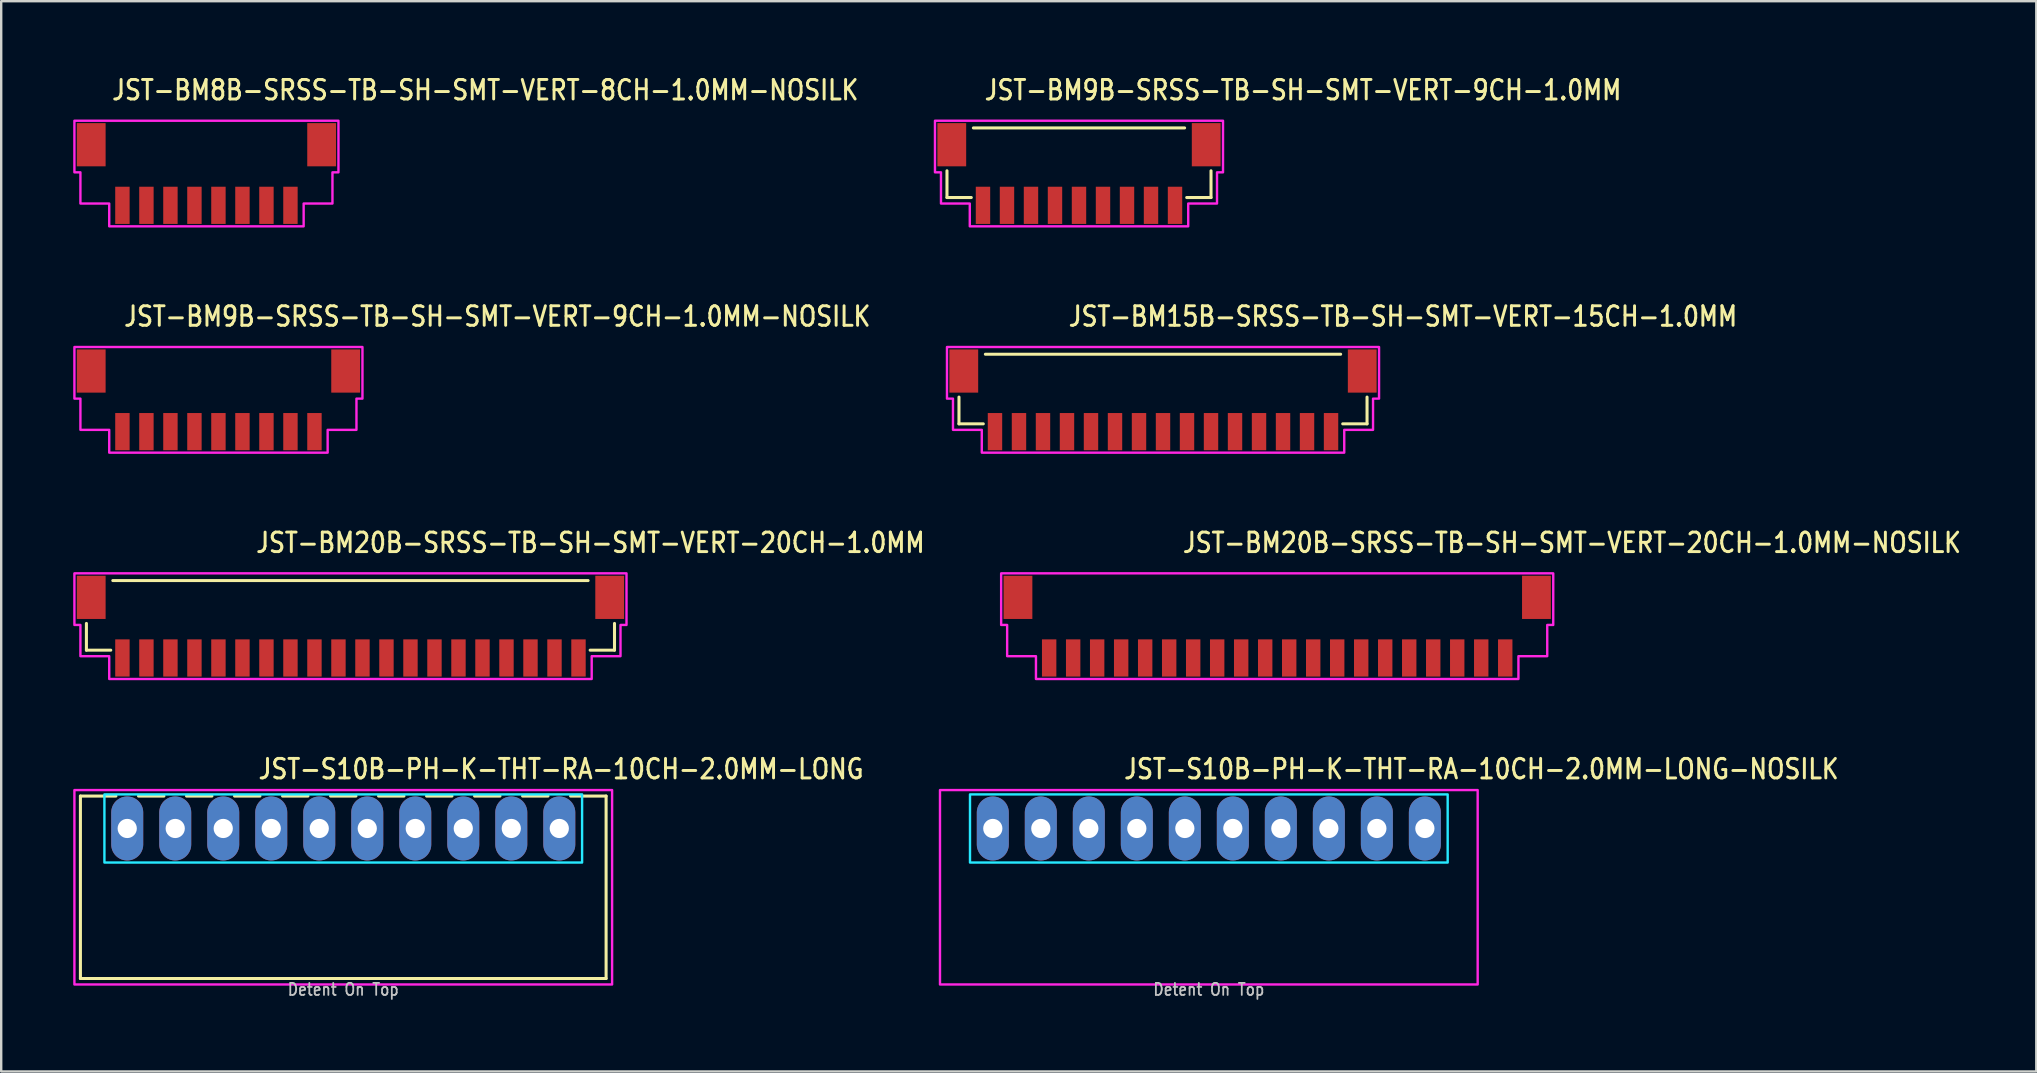
<source format=kicad_pcb>
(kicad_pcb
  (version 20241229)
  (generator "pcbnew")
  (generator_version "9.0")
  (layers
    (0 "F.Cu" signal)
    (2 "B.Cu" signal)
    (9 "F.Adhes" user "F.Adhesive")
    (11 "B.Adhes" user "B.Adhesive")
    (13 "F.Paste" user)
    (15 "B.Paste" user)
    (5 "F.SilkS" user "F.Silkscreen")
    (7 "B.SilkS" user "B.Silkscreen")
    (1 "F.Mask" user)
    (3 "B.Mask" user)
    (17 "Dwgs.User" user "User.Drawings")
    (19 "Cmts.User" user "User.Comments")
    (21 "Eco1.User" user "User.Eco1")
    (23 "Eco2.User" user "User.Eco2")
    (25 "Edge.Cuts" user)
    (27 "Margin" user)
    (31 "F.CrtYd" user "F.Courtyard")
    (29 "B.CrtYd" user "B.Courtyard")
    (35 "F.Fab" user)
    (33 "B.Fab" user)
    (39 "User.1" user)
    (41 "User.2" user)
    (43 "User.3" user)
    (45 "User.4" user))
  (footprint "JST-BM15B-SRSS-TB-SH-SMT-VERT-15CH-1.0MM"
    (layer "F.Cu")
    (at 45.401 13.607)
    (property "Reference" "JST-BM15B-SRSS-TB-SH-SMT-VERT-15CH-1.0MM" (at -4 -3 0) (unlocked yes) (layer "F.SilkS") (effects (font (size 0.813 0.695) (thickness 0.122)) (justify left bottom)))
    (fp_line (start -8.5 -0.114) (end -8.5 1) (stroke (width 0.127) (type solid)) (layer "F.SilkS"))
    (fp_line (start -8.5 1) (end -7.487 1) (stroke (width 0.127) (type solid)) (layer "F.SilkS"))
    (fp_line (start -7.4 -1.9) (end 7.4 -1.9) (stroke (width 0.127) (type solid)) (layer "F.SilkS"))
    (fp_line (start 7.487 1) (end 8.5 1) (stroke (width 0.127) (type solid)) (layer "F.SilkS"))
    (fp_line (start 8.5 1) (end 8.5 -0.114) (stroke (width 0.127) (type solid)) (layer "F.SilkS"))
    (fp_poly (pts (xy -9 -2.2) (xy -9 -0.05) (xy -8.75 -0.05) (xy -8.75 1.25) (xy -7.55 1.25) (xy -7.55 2.2) (xy 7.55 2.2) (xy 7.55 1.25) (xy 8.75 1.25) (xy 8.75 -0.05) (xy 9 -0.05) (xy 9 -2.2)) (stroke (width 0.1) (type solid)) (fill no) (layer "F.CrtYd"))
    (pad "1" smd rect (at -7 1.325) (size 0.6 1.55) (layers "F.Cu" "F.Mask" "F.Paste"))
    (pad "2" smd rect (at -6 1.325) (size 0.6 1.55) (layers "F.Cu" "F.Mask" "F.Paste"))
    (pad "3" smd rect (at -5 1.325) (size 0.6 1.55) (layers "F.Cu" "F.Mask" "F.Paste"))
    (pad "4" smd rect (at -4 1.325) (size 0.6 1.55) (layers "F.Cu" "F.Mask" "F.Paste"))
    (pad "5" smd rect (at -3 1.325) (size 0.6 1.55) (layers "F.Cu" "F.Mask" "F.Paste"))
    (pad "6" smd rect (at -2 1.325) (size 0.6 1.55) (layers "F.Cu" "F.Mask" "F.Paste"))
    (pad "7" smd rect (at -1 1.325) (size 0.6 1.55) (layers "F.Cu" "F.Mask" "F.Paste"))
    (pad "8" smd rect (at 0 1.325) (size 0.6 1.55) (layers "F.Cu" "F.Mask" "F.Paste"))
    (pad "9" smd rect (at 1 1.325) (size 0.6 1.55) (layers "F.Cu" "F.Mask" "F.Paste"))
    (pad "10" smd rect (at 2 1.325) (size 0.6 1.55) (layers "F.Cu" "F.Mask" "F.Paste"))
    (pad "11" smd rect (at 3 1.325) (size 0.6 1.55) (layers "F.Cu" "F.Mask" "F.Paste"))
    (pad "12" smd rect (at 4 1.325) (size 0.6 1.55) (layers "F.Cu" "F.Mask" "F.Paste"))
    (pad "13" smd rect (at 5 1.325) (size 0.6 1.55) (layers "F.Cu" "F.Mask" "F.Paste"))
    (pad "14" smd rect (at 6 1.325) (size 0.6 1.55) (layers "F.Cu" "F.Mask" "F.Paste"))
    (pad "15" smd rect (at 7 1.325) (size 0.6 1.55) (layers "F.Cu" "F.Mask" "F.Paste"))
    (pad "S_15" smd rect (at 8.3 -1.2) (size 1.2 1.8) (layers "F.Cu" "F.Mask" "F.Paste"))
    (pad "S_16" smd rect (at -8.3 -1.2) (size 1.2 1.8) (layers "F.Cu" "F.Mask" "F.Paste")))
  (footprint "JST-BM20B-SRSS-TB-SH-SMT-VERT-20CH-1.0MM-NOSILK"
    (layer "F.Cu")
    (at 50.158 23.036)
    (property "Reference" "JST-BM20B-SRSS-TB-SH-SMT-VERT-20CH-1.0MM-NOSILK" (at -4 -3 0) (unlocked yes) (layer "F.SilkS") (effects (font (size 0.813 0.695) (thickness 0.122)) (justify left bottom)))
    (fp_poly (pts (xy -11.5 -2.2) (xy -11.5 -0.05) (xy -11.25 -0.05) (xy -11.25 1.25) (xy -10.05 1.25) (xy -10.05 2.2) (xy 10.05 2.2) (xy 10.05 1.25) (xy 11.25 1.25) (xy 11.25 -0.05) (xy 11.5 -0.05) (xy 11.5 -2.2)) (stroke (width 0.1) (type solid)) (fill no) (layer "F.CrtYd"))
    (pad "1" smd rect (at -9.5 1.325) (size 0.6 1.55) (layers "F.Cu" "F.Mask" "F.Paste"))
    (pad "2" smd rect (at -8.5 1.325) (size 0.6 1.55) (layers "F.Cu" "F.Mask" "F.Paste"))
    (pad "3" smd rect (at -7.5 1.325) (size 0.6 1.55) (layers "F.Cu" "F.Mask" "F.Paste"))
    (pad "4" smd rect (at -6.5 1.325) (size 0.6 1.55) (layers "F.Cu" "F.Mask" "F.Paste"))
    (pad "5" smd rect (at -5.5 1.325) (size 0.6 1.55) (layers "F.Cu" "F.Mask" "F.Paste"))
    (pad "6" smd rect (at -4.5 1.325) (size 0.6 1.55) (layers "F.Cu" "F.Mask" "F.Paste"))
    (pad "7" smd rect (at -3.5 1.325) (size 0.6 1.55) (layers "F.Cu" "F.Mask" "F.Paste"))
    (pad "8" smd rect (at -2.5 1.325) (size 0.6 1.55) (layers "F.Cu" "F.Mask" "F.Paste"))
    (pad "9" smd rect (at -1.5 1.325) (size 0.6 1.55) (layers "F.Cu" "F.Mask" "F.Paste"))
    (pad "10" smd rect (at -0.5 1.325) (size 0.6 1.55) (layers "F.Cu" "F.Mask" "F.Paste"))
    (pad "11" smd rect (at 0.5 1.325) (size 0.6 1.55) (layers "F.Cu" "F.Mask" "F.Paste"))
    (pad "12" smd rect (at 1.5 1.325) (size 0.6 1.55) (layers "F.Cu" "F.Mask" "F.Paste"))
    (pad "13" smd rect (at 2.5 1.325) (size 0.6 1.55) (layers "F.Cu" "F.Mask" "F.Paste"))
    (pad "14" smd rect (at 3.5 1.325) (size 0.6 1.55) (layers "F.Cu" "F.Mask" "F.Paste"))
    (pad "15" smd rect (at 4.5 1.325) (size 0.6 1.55) (layers "F.Cu" "F.Mask" "F.Paste"))
    (pad "16" smd rect (at 5.5 1.325) (size 0.6 1.55) (layers "F.Cu" "F.Mask" "F.Paste"))
    (pad "17" smd rect (at 6.5 1.325) (size 0.6 1.55) (layers "F.Cu" "F.Mask" "F.Paste"))
    (pad "18" smd rect (at 7.5 1.325) (size 0.6 1.55) (layers "F.Cu" "F.Mask" "F.Paste"))
    (pad "19" smd rect (at 8.5 1.325) (size 0.6 1.55) (layers "F.Cu" "F.Mask" "F.Paste"))
    (pad "20" smd rect (at 9.5 1.325) (size 0.6 1.55) (layers "F.Cu" "F.Mask" "F.Paste"))
    (pad "S_20" smd rect (at 10.8 -1.2) (size 1.2 1.8) (layers "F.Cu" "F.Mask" "F.Paste"))
    (pad "S_21" smd rect (at -10.8 -1.2) (size 1.2 1.8) (layers "F.Cu" "F.Mask" "F.Paste")))
  (footprint "JST-BM9B-SRSS-TB-SH-SMT-VERT-9CH-1.0MM-NOSILK"
    (layer "F.Cu")
    (at 6.05 13.607)
    (property "Reference" "JST-BM9B-SRSS-TB-SH-SMT-VERT-9CH-1.0MM-NOSILK" (at -4 -3 0) (unlocked yes) (layer "F.SilkS") (effects (font (size 0.813 0.695) (thickness 0.122)) (justify left bottom)))
    (fp_poly (pts (xy -6 -2.2) (xy -6 -0.05) (xy -5.75 -0.05) (xy -5.75 1.25) (xy -4.55 1.25) (xy -4.55 2.2) (xy 4.55 2.2) (xy 4.55 1.25) (xy 5.75 1.25) (xy 5.75 -0.05) (xy 6 -0.05) (xy 6 -2.2)) (stroke (width 0.1) (type solid)) (fill no) (layer "F.CrtYd"))
    (pad "P$1" smd rect (at -4 1.325) (size 0.6 1.55) (layers "F.Cu" "F.Mask" "F.Paste"))
    (pad "P$2" smd rect (at -3 1.325) (size 0.6 1.55) (layers "F.Cu" "F.Mask" "F.Paste"))
    (pad "P$3" smd rect (at -2 1.325) (size 0.6 1.55) (layers "F.Cu" "F.Mask" "F.Paste"))
    (pad "P$4" smd rect (at -1 1.325) (size 0.6 1.55) (layers "F.Cu" "F.Mask" "F.Paste"))
    (pad "P$5" smd rect (at 0 1.325) (size 0.6 1.55) (layers "F.Cu" "F.Mask" "F.Paste"))
    (pad "P$6" smd rect (at 1 1.325) (size 0.6 1.55) (layers "F.Cu" "F.Mask" "F.Paste"))
    (pad "P$7" smd rect (at 2 1.325) (size 0.6 1.55) (layers "F.Cu" "F.Mask" "F.Paste"))
    (pad "P$8" smd rect (at 3 1.325) (size 0.6 1.55) (layers "F.Cu" "F.Mask" "F.Paste"))
    (pad "P$9" smd rect (at 4 1.325) (size 0.6 1.55) (layers "F.Cu" "F.Mask" "F.Paste"))
    (pad "S$9" smd rect (at 5.3 -1.2) (size 1.2 1.8) (layers "F.Cu" "F.Mask" "F.Paste"))
    (pad "S$10" smd rect (at -5.3 -1.2) (size 1.2 1.8) (layers "F.Cu" "F.Mask" "F.Paste")))
  (footprint "JST-BM20B-SRSS-TB-SH-SMT-VERT-20CH-1.0MM"
    (layer "F.Cu")
    (at 11.55 23.036)
    (property "Reference" "JST-BM20B-SRSS-TB-SH-SMT-VERT-20CH-1.0MM" (at -4 -3 0) (unlocked yes) (layer "F.SilkS") (effects (font (size 0.813 0.695) (thickness 0.122)) (justify left bottom)))
    (fp_line (start -11 -0.114) (end -11 1) (stroke (width 0.127) (type solid)) (layer "F.SilkS"))
    (fp_line (start -11 1) (end -9.986 1) (stroke (width 0.127) (type solid)) (layer "F.SilkS"))
    (fp_line (start -9.9 -1.9) (end 9.9 -1.9) (stroke (width 0.127) (type solid)) (layer "F.SilkS"))
    (fp_line (start 9.986 1) (end 11 1) (stroke (width 0.127) (type solid)) (layer "F.SilkS"))
    (fp_line (start 11 1) (end 11 -0.114) (stroke (width 0.127) (type solid)) (layer "F.SilkS"))
    (fp_poly (pts (xy -11.5 -2.2) (xy -11.5 -0.05) (xy -11.25 -0.05) (xy -11.25 1.25) (xy -10.05 1.25) (xy -10.05 2.2) (xy 10.05 2.2) (xy 10.05 1.25) (xy 11.25 1.25) (xy 11.25 -0.05) (xy 11.5 -0.05) (xy 11.5 -2.2)) (stroke (width 0.1) (type solid)) (fill no) (layer "F.CrtYd"))
    (pad "1" smd rect (at -9.5 1.325) (size 0.6 1.55) (layers "F.Cu" "F.Mask" "F.Paste"))
    (pad "2" smd rect (at -8.5 1.325) (size 0.6 1.55) (layers "F.Cu" "F.Mask" "F.Paste"))
    (pad "3" smd rect (at -7.5 1.325) (size 0.6 1.55) (layers "F.Cu" "F.Mask" "F.Paste"))
    (pad "4" smd rect (at -6.5 1.325) (size 0.6 1.55) (layers "F.Cu" "F.Mask" "F.Paste"))
    (pad "5" smd rect (at -5.5 1.325) (size 0.6 1.55) (layers "F.Cu" "F.Mask" "F.Paste"))
    (pad "6" smd rect (at -4.5 1.325) (size 0.6 1.55) (layers "F.Cu" "F.Mask" "F.Paste"))
    (pad "7" smd rect (at -3.5 1.325) (size 0.6 1.55) (layers "F.Cu" "F.Mask" "F.Paste"))
    (pad "8" smd rect (at -2.5 1.325) (size 0.6 1.55) (layers "F.Cu" "F.Mask" "F.Paste"))
    (pad "9" smd rect (at -1.5 1.325) (size 0.6 1.55) (layers "F.Cu" "F.Mask" "F.Paste"))
    (pad "10" smd rect (at -0.5 1.325) (size 0.6 1.55) (layers "F.Cu" "F.Mask" "F.Paste"))
    (pad "11" smd rect (at 0.5 1.325) (size 0.6 1.55) (layers "F.Cu" "F.Mask" "F.Paste"))
    (pad "12" smd rect (at 1.5 1.325) (size 0.6 1.55) (layers "F.Cu" "F.Mask" "F.Paste"))
    (pad "13" smd rect (at 2.5 1.325) (size 0.6 1.55) (layers "F.Cu" "F.Mask" "F.Paste"))
    (pad "14" smd rect (at 3.5 1.325) (size 0.6 1.55) (layers "F.Cu" "F.Mask" "F.Paste"))
    (pad "15" smd rect (at 4.5 1.325) (size 0.6 1.55) (layers "F.Cu" "F.Mask" "F.Paste"))
    (pad "16" smd rect (at 5.5 1.325) (size 0.6 1.55) (layers "F.Cu" "F.Mask" "F.Paste"))
    (pad "17" smd rect (at 6.5 1.325) (size 0.6 1.55) (layers "F.Cu" "F.Mask" "F.Paste"))
    (pad "18" smd rect (at 7.5 1.325) (size 0.6 1.55) (layers "F.Cu" "F.Mask" "F.Paste"))
    (pad "19" smd rect (at 8.5 1.325) (size 0.6 1.55) (layers "F.Cu" "F.Mask" "F.Paste"))
    (pad "20" smd rect (at 9.5 1.325) (size 0.6 1.55) (layers "F.Cu" "F.Mask" "F.Paste"))
    (pad "S_20" smd rect (at 10.8 -1.2) (size 1.2 1.8) (layers "F.Cu" "F.Mask" "F.Paste"))
    (pad "S_21" smd rect (at -10.8 -1.2) (size 1.2 1.8) (layers "F.Cu" "F.Mask" "F.Paste")))
  (footprint "JST-S10B-PH-K-THT-RA-10CH-2.0MM-LONG-NOSILK"
    (layer "F.Cu")
    (at 47.31 31.464)
    (property "Reference" "JST-S10B-PH-K-THT-RA-10CH-2.0MM-LONG-NOSILK" (at -3.6 -2 0) (unlocked yes) (layer "F.SilkS") (effects (font (size 0.813 0.695) (thickness 0.122)) (justify left bottom)))
    (fp_poly (pts (xy -9.95 -1.42) (xy -9.95 1.42) (xy 9.95 1.42) (xy 9.95 -1.42)) (stroke (width 0.1) (type solid)) (fill no) (layer "B.CrtYd"))
    (fp_poly (pts (xy -11.2 -1.6) (xy -11.2 6.5) (xy 11.2 6.5) (xy 11.2 -1.6)) (stroke (width 0.1) (type solid)) (fill no) (layer "F.CrtYd"))
    (fp_text user "Detent On Top" (at 0 7 0) (unlocked yes) (layer "Dwgs.User") (effects (font (size 0.5 0.427) (thickness 0.075)) (justify bottom)))
    (pad "1" thru_hole oval (at -9 0 90) (size 2.667 1.333) (drill 0.8) (layers "*.Cu" "*.Mask"))
    (pad "2" thru_hole oval (at -7 0 90) (size 2.667 1.333) (drill 0.8) (layers "*.Cu" "*.Mask"))
    (pad "3" thru_hole oval (at -5 0 90) (size 2.667 1.333) (drill 0.8) (layers "*.Cu" "*.Mask"))
    (pad "4" thru_hole oval (at -3 0 90) (size 2.667 1.333) (drill 0.8) (layers "*.Cu" "*.Mask"))
    (pad "5" thru_hole oval (at -1 0 90) (size 2.667 1.333) (drill 0.8) (layers "*.Cu" "*.Mask"))
    (pad "6" thru_hole oval (at 1 0 90) (size 2.667 1.333) (drill 0.8) (layers "*.Cu" "*.Mask"))
    (pad "7" thru_hole oval (at 3 0 90) (size 2.667 1.333) (drill 0.8) (layers "*.Cu" "*.Mask"))
    (pad "8" thru_hole oval (at 5 0 90) (size 2.667 1.333) (drill 0.8) (layers "*.Cu" "*.Mask"))
    (pad "9" thru_hole oval (at 7 0 90) (size 2.667 1.333) (drill 0.8) (layers "*.Cu" "*.Mask"))
    (pad "10" thru_hole oval (at 9 0 90) (size 2.667 1.333) (drill 0.8) (layers "*.Cu" "*.Mask")))
  (footprint "JST-BM9B-SRSS-TB-SH-SMT-VERT-9CH-1.0MM"
    (layer "F.Cu")
    (at 41.901 4.179)
    (property "Reference" "JST-BM9B-SRSS-TB-SH-SMT-VERT-9CH-1.0MM" (at -4 -3 0) (unlocked yes) (layer "F.SilkS") (effects (font (size 0.813 0.695) (thickness 0.122)) (justify left bottom)))
    (fp_line (start -5.5 -0.114) (end -5.5 1) (stroke (width 0.127) (type solid)) (layer "F.SilkS"))
    (fp_line (start -5.5 1) (end -4.487 1) (stroke (width 0.127) (type solid)) (layer "F.SilkS"))
    (fp_line (start -4.4 -1.9) (end 4.4 -1.9) (stroke (width 0.127) (type solid)) (layer "F.SilkS"))
    (fp_line (start 4.487 1) (end 5.5 1) (stroke (width 0.127) (type solid)) (layer "F.SilkS"))
    (fp_line (start 5.5 1) (end 5.5 -0.114) (stroke (width 0.127) (type solid)) (layer "F.SilkS"))
    (fp_poly (pts (xy -6 -2.2) (xy -6 -0.05) (xy -5.75 -0.05) (xy -5.75 1.25) (xy -4.55 1.25) (xy -4.55 2.2) (xy 4.55 2.2) (xy 4.55 1.25) (xy 5.75 1.25) (xy 5.75 -0.05) (xy 6 -0.05) (xy 6 -2.2)) (stroke (width 0.1) (type solid)) (fill no) (layer "F.CrtYd"))
    (pad "1" smd rect (at -4 1.325) (size 0.6 1.55) (layers "F.Cu" "F.Mask" "F.Paste"))
    (pad "2" smd rect (at -3 1.325) (size 0.6 1.55) (layers "F.Cu" "F.Mask" "F.Paste"))
    (pad "3" smd rect (at -2 1.325) (size 0.6 1.55) (layers "F.Cu" "F.Mask" "F.Paste"))
    (pad "4" smd rect (at -1 1.325) (size 0.6 1.55) (layers "F.Cu" "F.Mask" "F.Paste"))
    (pad "5" smd rect (at 0 1.325) (size 0.6 1.55) (layers "F.Cu" "F.Mask" "F.Paste"))
    (pad "6" smd rect (at 1 1.325) (size 0.6 1.55) (layers "F.Cu" "F.Mask" "F.Paste"))
    (pad "7" smd rect (at 2 1.325) (size 0.6 1.55) (layers "F.Cu" "F.Mask" "F.Paste"))
    (pad "8" smd rect (at 3 1.325) (size 0.6 1.55) (layers "F.Cu" "F.Mask" "F.Paste"))
    (pad "9" smd rect (at 4 1.325) (size 0.6 1.55) (layers "F.Cu" "F.Mask" "F.Paste"))
    (pad "S_9" smd rect (at 5.3 -1.2) (size 1.2 1.8) (layers "F.Cu" "F.Mask" "F.Paste"))
    (pad "S_10" smd rect (at -5.3 -1.2) (size 1.2 1.8) (layers "F.Cu" "F.Mask" "F.Paste")))
  (footprint "JST-BM8B-SRSS-TB-SH-SMT-VERT-8CH-1.0MM-NOSILK"
    (layer "F.Cu")
    (at 5.55 4.179)
    (property "Reference" "JST-BM8B-SRSS-TB-SH-SMT-VERT-8CH-1.0MM-NOSILK" (at -4 -3 0) (unlocked yes) (layer "F.SilkS") (effects (font (size 0.813 0.695) (thickness 0.122)) (justify left bottom)))
    (fp_poly (pts (xy -5.5 -2.2) (xy -5.5 -0.05) (xy -5.25 -0.05) (xy -5.25 1.25) (xy -4.05 1.25) (xy -4.05 2.2) (xy 4.05 2.2) (xy 4.05 1.25) (xy 5.25 1.25) (xy 5.25 -0.05) (xy 5.5 -0.05) (xy 5.5 -2.2)) (stroke (width 0.1) (type solid)) (fill no) (layer "F.CrtYd"))
    (pad "1" smd rect (at -3.5 1.325) (size 0.6 1.55) (layers "F.Cu" "F.Mask" "F.Paste"))
    (pad "2" smd rect (at -2.5 1.325) (size 0.6 1.55) (layers "F.Cu" "F.Mask" "F.Paste"))
    (pad "3" smd rect (at -1.5 1.325) (size 0.6 1.55) (layers "F.Cu" "F.Mask" "F.Paste"))
    (pad "4" smd rect (at -0.5 1.325) (size 0.6 1.55) (layers "F.Cu" "F.Mask" "F.Paste"))
    (pad "5" smd rect (at 0.5 1.325) (size 0.6 1.55) (layers "F.Cu" "F.Mask" "F.Paste"))
    (pad "6" smd rect (at 1.5 1.325) (size 0.6 1.55) (layers "F.Cu" "F.Mask" "F.Paste"))
    (pad "7" smd rect (at 2.5 1.325) (size 0.6 1.55) (layers "F.Cu" "F.Mask" "F.Paste"))
    (pad "8" smd rect (at 3.5 1.325) (size 0.6 1.55) (layers "F.Cu" "F.Mask" "F.Paste"))
    (pad "S_8" smd rect (at 4.8 -1.2) (size 1.2 1.8) (layers "F.Cu" "F.Mask" "F.Paste"))
    (pad "S_9" smd rect (at -4.8 -1.2) (size 1.2 1.8) (layers "F.Cu" "F.Mask" "F.Paste")))
  (footprint "JST-S10B-PH-K-THT-RA-10CH-2.0MM-LONG"
    (layer "F.Cu")
    (at 11.25 31.464)
    (property "Reference" "JST-S10B-PH-K-THT-RA-10CH-2.0MM-LONG" (at -3.6 -2 0) (unlocked yes) (layer "F.SilkS") (effects (font (size 0.813 0.695) (thickness 0.122)) (justify left bottom)))
    (fp_line (start -10.95 -1.35) (end -9.471 -1.35) (stroke (width 0.127) (type solid)) (layer "F.SilkS"))
    (fp_line (start -10.95 6.25) (end -10.95 -1.35) (stroke (width 0.127) (type solid)) (layer "F.SilkS"))
    (fp_line (start -10.95 6.25) (end 10.95 6.25) (stroke (width 0.127) (type solid)) (layer "F.SilkS"))
    (fp_line (start -8.529 -1.35) (end -7.471 -1.35) (stroke (width 0.127) (type solid)) (layer "F.SilkS"))
    (fp_line (start -6.529 -1.35) (end -5.471 -1.35) (stroke (width 0.127) (type solid)) (layer "F.SilkS"))
    (fp_line (start -4.529 -1.35) (end -3.471 -1.35) (stroke (width 0.127) (type solid)) (layer "F.SilkS"))
    (fp_line (start -2.529 -1.35) (end -1.471 -1.35) (stroke (width 0.127) (type solid)) (layer "F.SilkS"))
    (fp_line (start -0.529 -1.35) (end 0.529 -1.35) (stroke (width 0.127) (type solid)) (layer "F.SilkS"))
    (fp_line (start 1.471 -1.35) (end 2.529 -1.35) (stroke (width 0.127) (type solid)) (layer "F.SilkS"))
    (fp_line (start 3.471 -1.35) (end 4.529 -1.35) (stroke (width 0.127) (type solid)) (layer "F.SilkS"))
    (fp_line (start 5.471 -1.35) (end 6.529 -1.35) (stroke (width 0.127) (type solid)) (layer "F.SilkS"))
    (fp_line (start 7.471 -1.35) (end 8.529 -1.35) (stroke (width 0.127) (type solid)) (layer "F.SilkS"))
    (fp_line (start 9.471 -1.35) (end 10.95 -1.35) (stroke (width 0.127) (type solid)) (layer "F.SilkS"))
    (fp_line (start 10.95 -1.35) (end 10.95 6.25) (stroke (width 0.127) (type solid)) (layer "F.SilkS"))
    (fp_poly (pts (xy -9.95 -1.42) (xy -9.95 1.42) (xy 9.95 1.42) (xy 9.95 -1.42)) (stroke (width 0.1) (type solid)) (fill no) (layer "B.CrtYd"))
    (fp_poly (pts (xy -11.2 -1.6) (xy -11.2 6.5) (xy 11.2 6.5) (xy 11.2 -1.6)) (stroke (width 0.1) (type solid)) (fill no) (layer "F.CrtYd"))
    (fp_text user "Detent On Top" (at 0 7 0) (unlocked yes) (layer "Dwgs.User") (effects (font (size 0.5 0.427) (thickness 0.075)) (justify bottom)))
    (pad "P$1" thru_hole oval (at -9 0 90) (size 2.667 1.333) (drill 0.8) (layers "*.Cu" "*.Mask"))
    (pad "P$2" thru_hole oval (at -7 0 90) (size 2.667 1.333) (drill 0.8) (layers "*.Cu" "*.Mask"))
    (pad "P$3" thru_hole oval (at -5 0 90) (size 2.667 1.333) (drill 0.8) (layers "*.Cu" "*.Mask"))
    (pad "P$4" thru_hole oval (at -3 0 90) (size 2.667 1.333) (drill 0.8) (layers "*.Cu" "*.Mask"))
    (pad "P$5" thru_hole oval (at -1 0 90) (size 2.667 1.333) (drill 0.8) (layers "*.Cu" "*.Mask"))
    (pad "P$6" thru_hole oval (at 1 0 90) (size 2.667 1.333) (drill 0.8) (layers "*.Cu" "*.Mask"))
    (pad "P$7" thru_hole oval (at 3 0 90) (size 2.667 1.333) (drill 0.8) (layers "*.Cu" "*.Mask"))
    (pad "P$8" thru_hole oval (at 5 0 90) (size 2.667 1.333) (drill 0.8) (layers "*.Cu" "*.Mask"))
    (pad "P$9" thru_hole oval (at 7 0 90) (size 2.667 1.333) (drill 0.8) (layers "*.Cu" "*.Mask"))
    (pad "P$10" thru_hole oval (at 9 0 90) (size 2.667 1.333) (drill 0.8) (layers "*.Cu" "*.Mask")))
  (gr_rect
    (start -3 -3)
    (end 81.782 41.587)
    (stroke (width 0.1) (type default))
    (fill no)
    (layer "Edge.Cuts")))
</source>
